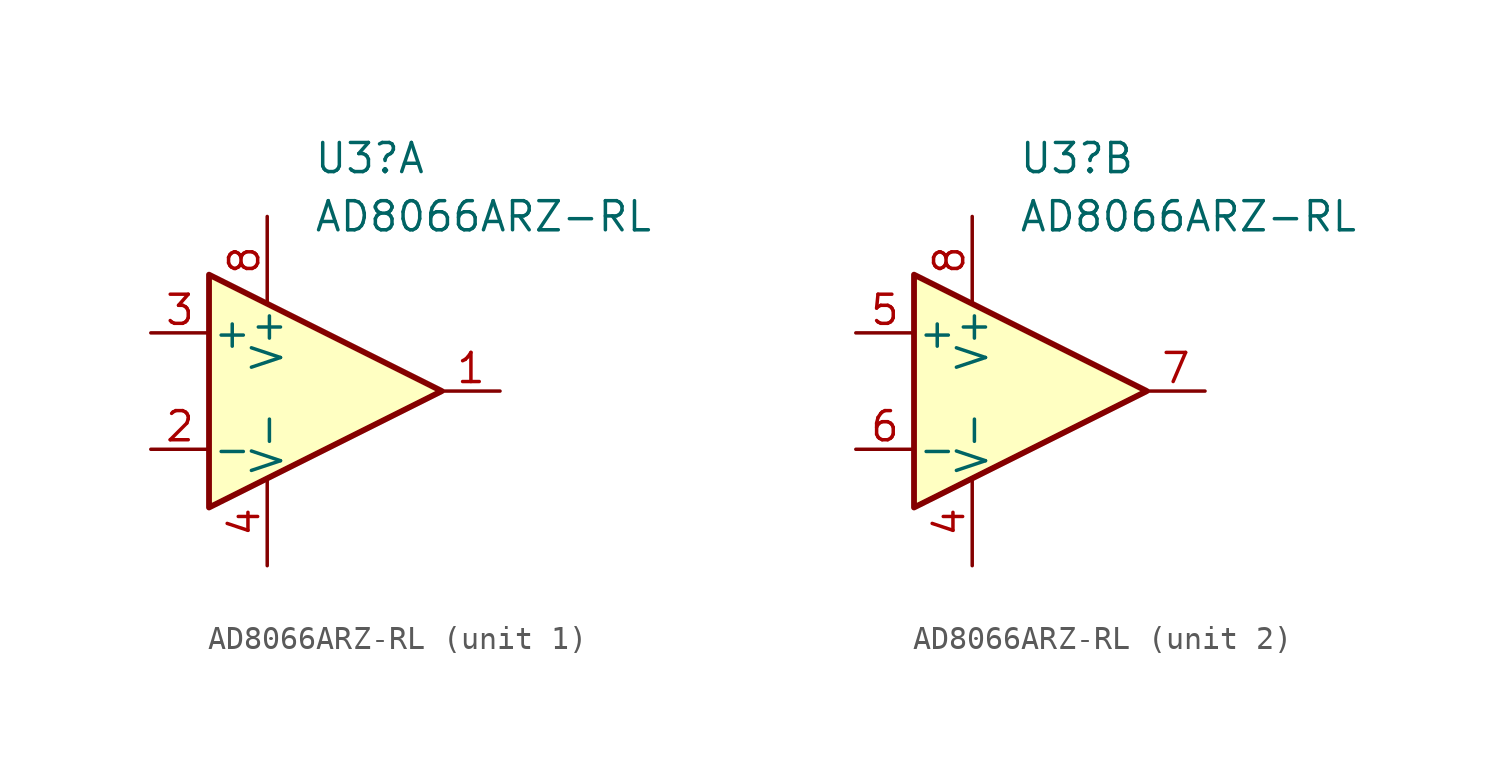
<source format=kicad_sym>
(kicad_symbol_lib
  (version 20211014)
  (generator kicad_symbol_editor)
  (symbol "AD8066ARZ-RL"
    (pin_names
      (offset 0.127))
    (property "Reference" "U3"
      (at 0.749 10.16 0)
      (effects (font (size 1.27 1.27)) (justify left)))
    (property "Value" "AD8066ARZ-RL"
      (at 0.749 7.62 0)
      (effects (font (size 1.27 1.27)) (justify left)))
    (property "ki_locked" ""
      (at 0 0 0)
      (effects (font (size 1.27 1.27))))
    (symbol "AD8066ARZ-RL_0_0"
      (pin power_in line (at -1.27 -7.62 90) (length 3.81) (name "V-" (effects (font (size 1.27 1.27)))) (number "4" (effects (font (size 1.27 1.27)))))
      (pin power_in line (at -1.27 7.62 270) (length 3.81) (name "V+" (effects (font (size 1.27 1.27)))) (number "8" (effects (font (size 1.27 1.27))))))
    (symbol "AD8066ARZ-RL_0_1"
      (polyline (pts (xy -3.81 5.08) (xy 6.35 0) (xy -3.81 -5.08) (xy -3.81 5.08)) (stroke (width 0.254) (type default) (color 0 0 0 0)) (fill (type background))))
    (symbol "AD8066ARZ-RL_1_0"
      (pin output line (at 8.89 0 180) (length 2.54) (name "~" (effects (font (size 1.27 1.27)))) (number "1" (effects (font (size 1.27 1.27)))))
      (pin input line (at -6.35 -2.54 0) (length 2.54) (name "-" (effects (font (size 1.27 1.27)))) (number "2" (effects (font (size 1.27 1.27)))))
      (pin input line (at -6.35 2.54 0) (length 2.54) (name "+" (effects (font (size 1.27 1.27)))) (number "3" (effects (font (size 1.27 1.27))))))
    (symbol "AD8066ARZ-RL_2_0"
      (pin input line (at -6.35 2.54 0) (length 2.54) (name "+" (effects (font (size 1.27 1.27)))) (number "5" (effects (font (size 1.27 1.27)))))
      (pin input line (at -6.35 -2.54 0) (length 2.54) (name "-" (effects (font (size 1.27 1.27)))) (number "6" (effects (font (size 1.27 1.27)))))
      (pin output line (at 8.89 0 180) (length 2.54) (name "~" (effects (font (size 1.27 1.27)))) (number "7" (effects (font (size 1.27 1.27))))))))
</source>
